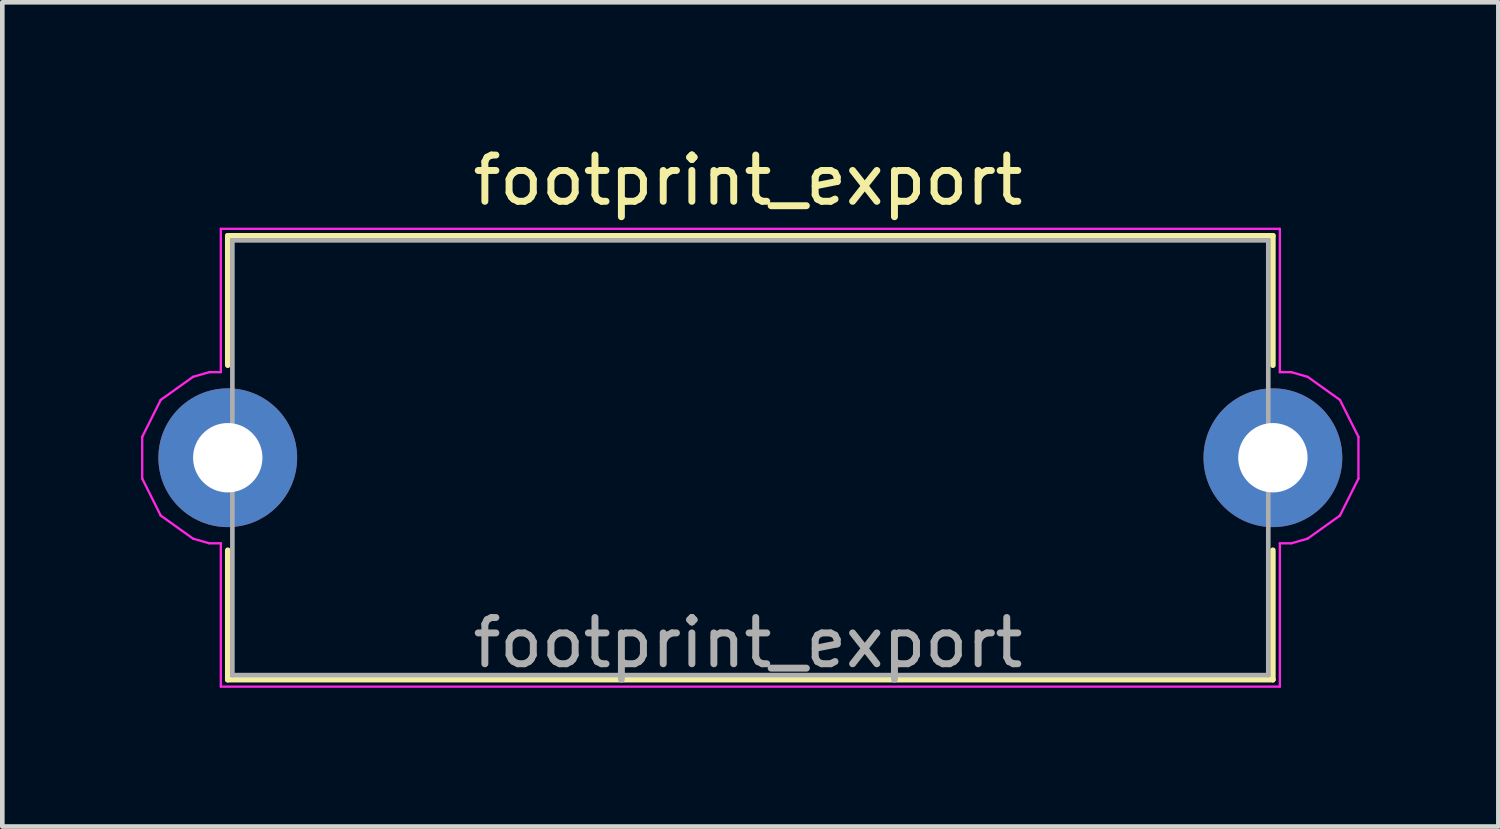
<source format=kicad_pcb>
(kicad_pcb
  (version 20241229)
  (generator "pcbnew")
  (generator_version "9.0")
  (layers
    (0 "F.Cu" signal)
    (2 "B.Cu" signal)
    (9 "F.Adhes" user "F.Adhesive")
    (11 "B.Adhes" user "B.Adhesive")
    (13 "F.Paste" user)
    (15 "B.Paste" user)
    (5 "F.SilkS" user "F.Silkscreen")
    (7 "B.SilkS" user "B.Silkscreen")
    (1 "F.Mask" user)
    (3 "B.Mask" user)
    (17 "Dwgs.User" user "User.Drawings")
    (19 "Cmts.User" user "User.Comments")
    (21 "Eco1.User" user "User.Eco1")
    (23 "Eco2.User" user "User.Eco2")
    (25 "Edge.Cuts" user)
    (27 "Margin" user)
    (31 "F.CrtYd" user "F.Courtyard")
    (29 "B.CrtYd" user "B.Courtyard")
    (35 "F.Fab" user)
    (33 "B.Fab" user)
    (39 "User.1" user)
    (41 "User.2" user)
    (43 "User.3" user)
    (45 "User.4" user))
  (footprint "footprint_export"
    (layer "F.Cu")
    (at 1.875 6.848)
    (property "Reference" "footprint_export" (at 11.25 -6 0) (layer "F.SilkS") (effects (font (size 1 1) (thickness 0.15))))
    (attr through_hole)
    (fp_line (start 0 -4.8) (end 22.6 -4.8) (stroke (width 0.12) (type solid)) (layer "F.SilkS"))
    (fp_line (start 0 -2) (end 0 -4.8) (stroke (width 0.12) (type solid)) (layer "F.SilkS"))
    (fp_line (start 0 4.8) (end 0 2) (stroke (width 0.12) (type solid)) (layer "F.SilkS"))
    (fp_line (start 0 4.8) (end 22.6 4.8) (stroke (width 0.12) (type solid)) (layer "F.SilkS"))
    (fp_line (start 22.6 -2) (end 22.6 -4.8) (stroke (width 0.12) (type solid)) (layer "F.SilkS"))
    (fp_line (start 22.6 4.8) (end 22.6 2) (stroke (width 0.12) (type solid)) (layer "F.SilkS"))
    (fp_line (start -1.85 -0.45) (end -1.85 0.45) (stroke (width 0.05) (type solid)) (layer "F.CrtYd"))
    (fp_line (start -1.85 -0.45) (end -1.45 -1.25) (stroke (width 0.05) (type solid)) (layer "F.CrtYd"))
    (fp_line (start -1.45 1.25) (end -1.85 0.45) (stroke (width 0.05) (type solid)) (layer "F.CrtYd"))
    (fp_line (start -1.45 1.25) (end -0.75 1.75) (stroke (width 0.05) (type solid)) (layer "F.CrtYd"))
    (fp_line (start -0.75 -1.75) (end -1.45 -1.25) (stroke (width 0.05) (type solid)) (layer "F.CrtYd"))
    (fp_line (start -0.75 1.75) (end -0.4 1.85) (stroke (width 0.05) (type solid)) (layer "F.CrtYd"))
    (fp_line (start -0.4 -1.85) (end -0.75 -1.75) (stroke (width 0.05) (type solid)) (layer "F.CrtYd"))
    (fp_line (start -0.4 1.85) (end -0.15 1.85) (stroke (width 0.05) (type solid)) (layer "F.CrtYd"))
    (fp_line (start -0.15 -4.95) (end 22.75 -4.95) (stroke (width 0.05) (type solid)) (layer "F.CrtYd"))
    (fp_line (start -0.15 -1.85) (end -0.4 -1.85) (stroke (width 0.05) (type solid)) (layer "F.CrtYd"))
    (fp_line (start -0.15 -1.85) (end -0.15 -4.95) (stroke (width 0.05) (type solid)) (layer "F.CrtYd"))
    (fp_line (start -0.15 4.95) (end -0.15 1.85) (stroke (width 0.05) (type solid)) (layer "F.CrtYd"))
    (fp_line (start 22.75 -1.85) (end 22.75 -4.95) (stroke (width 0.05) (type solid)) (layer "F.CrtYd"))
    (fp_line (start 22.75 -1.85) (end 23 -1.85) (stroke (width 0.05) (type solid)) (layer "F.CrtYd"))
    (fp_line (start 22.75 1.85) (end 22.75 4.95) (stroke (width 0.05) (type solid)) (layer "F.CrtYd"))
    (fp_line (start 22.75 1.85) (end 23 1.85) (stroke (width 0.05) (type solid)) (layer "F.CrtYd"))
    (fp_line (start 22.75 4.95) (end -0.15 4.95) (stroke (width 0.05) (type solid)) (layer "F.CrtYd"))
    (fp_line (start 23 1.85) (end 23.35 1.75) (stroke (width 0.05) (type solid)) (layer "F.CrtYd"))
    (fp_line (start 23.35 -1.75) (end 23 -1.85) (stroke (width 0.05) (type solid)) (layer "F.CrtYd"))
    (fp_line (start 23.35 1.75) (end 24.05 1.25) (stroke (width 0.05) (type solid)) (layer "F.CrtYd"))
    (fp_line (start 24.05 -1.25) (end 23.35 -1.75) (stroke (width 0.05) (type solid)) (layer "F.CrtYd"))
    (fp_line (start 24.05 1.25) (end 24.45 0.45) (stroke (width 0.05) (type solid)) (layer "F.CrtYd"))
    (fp_line (start 24.45 -0.45) (end 24.05 -1.25) (stroke (width 0.05) (type solid)) (layer "F.CrtYd"))
    (fp_line (start 24.45 0.45) (end 24.45 -0.45) (stroke (width 0.05) (type solid)) (layer "F.CrtYd"))
    (fp_line (start 0.1 -4.7) (end 0.1 4.7) (stroke (width 0.1) (type solid)) (layer "F.Fab"))
    (fp_line (start 0.1 4.7) (end 22.5 4.7) (stroke (width 0.1) (type solid)) (layer "F.Fab"))
    (fp_line (start 22.5 -4.7) (end 0.1 -4.7) (stroke (width 0.1) (type solid)) (layer "F.Fab"))
    (fp_line (start 22.5 4.7) (end 22.5 -4.7) (stroke (width 0.1) (type solid)) (layer "F.Fab"))
    (fp_text user "${REFERENCE}" (at 11.25 4 0) (layer "F.Fab") (effects (font (size 1 1) (thickness 0.15))))
    (pad "1" thru_hole circle (at 0 0) (size 3 3) (drill 1.5) (layers "*.Cu" "*.Mask"))
    (pad "2" thru_hole circle (at 22.6 0) (size 3 3) (drill 1.5) (layers "*.Cu" "*.Mask")))
  (gr_rect
    (start -3 -3)
    (end 29.35 14.823)
    (stroke (width 0.1) (type default))
    (fill no)
    (layer "Edge.Cuts")))
</source>
